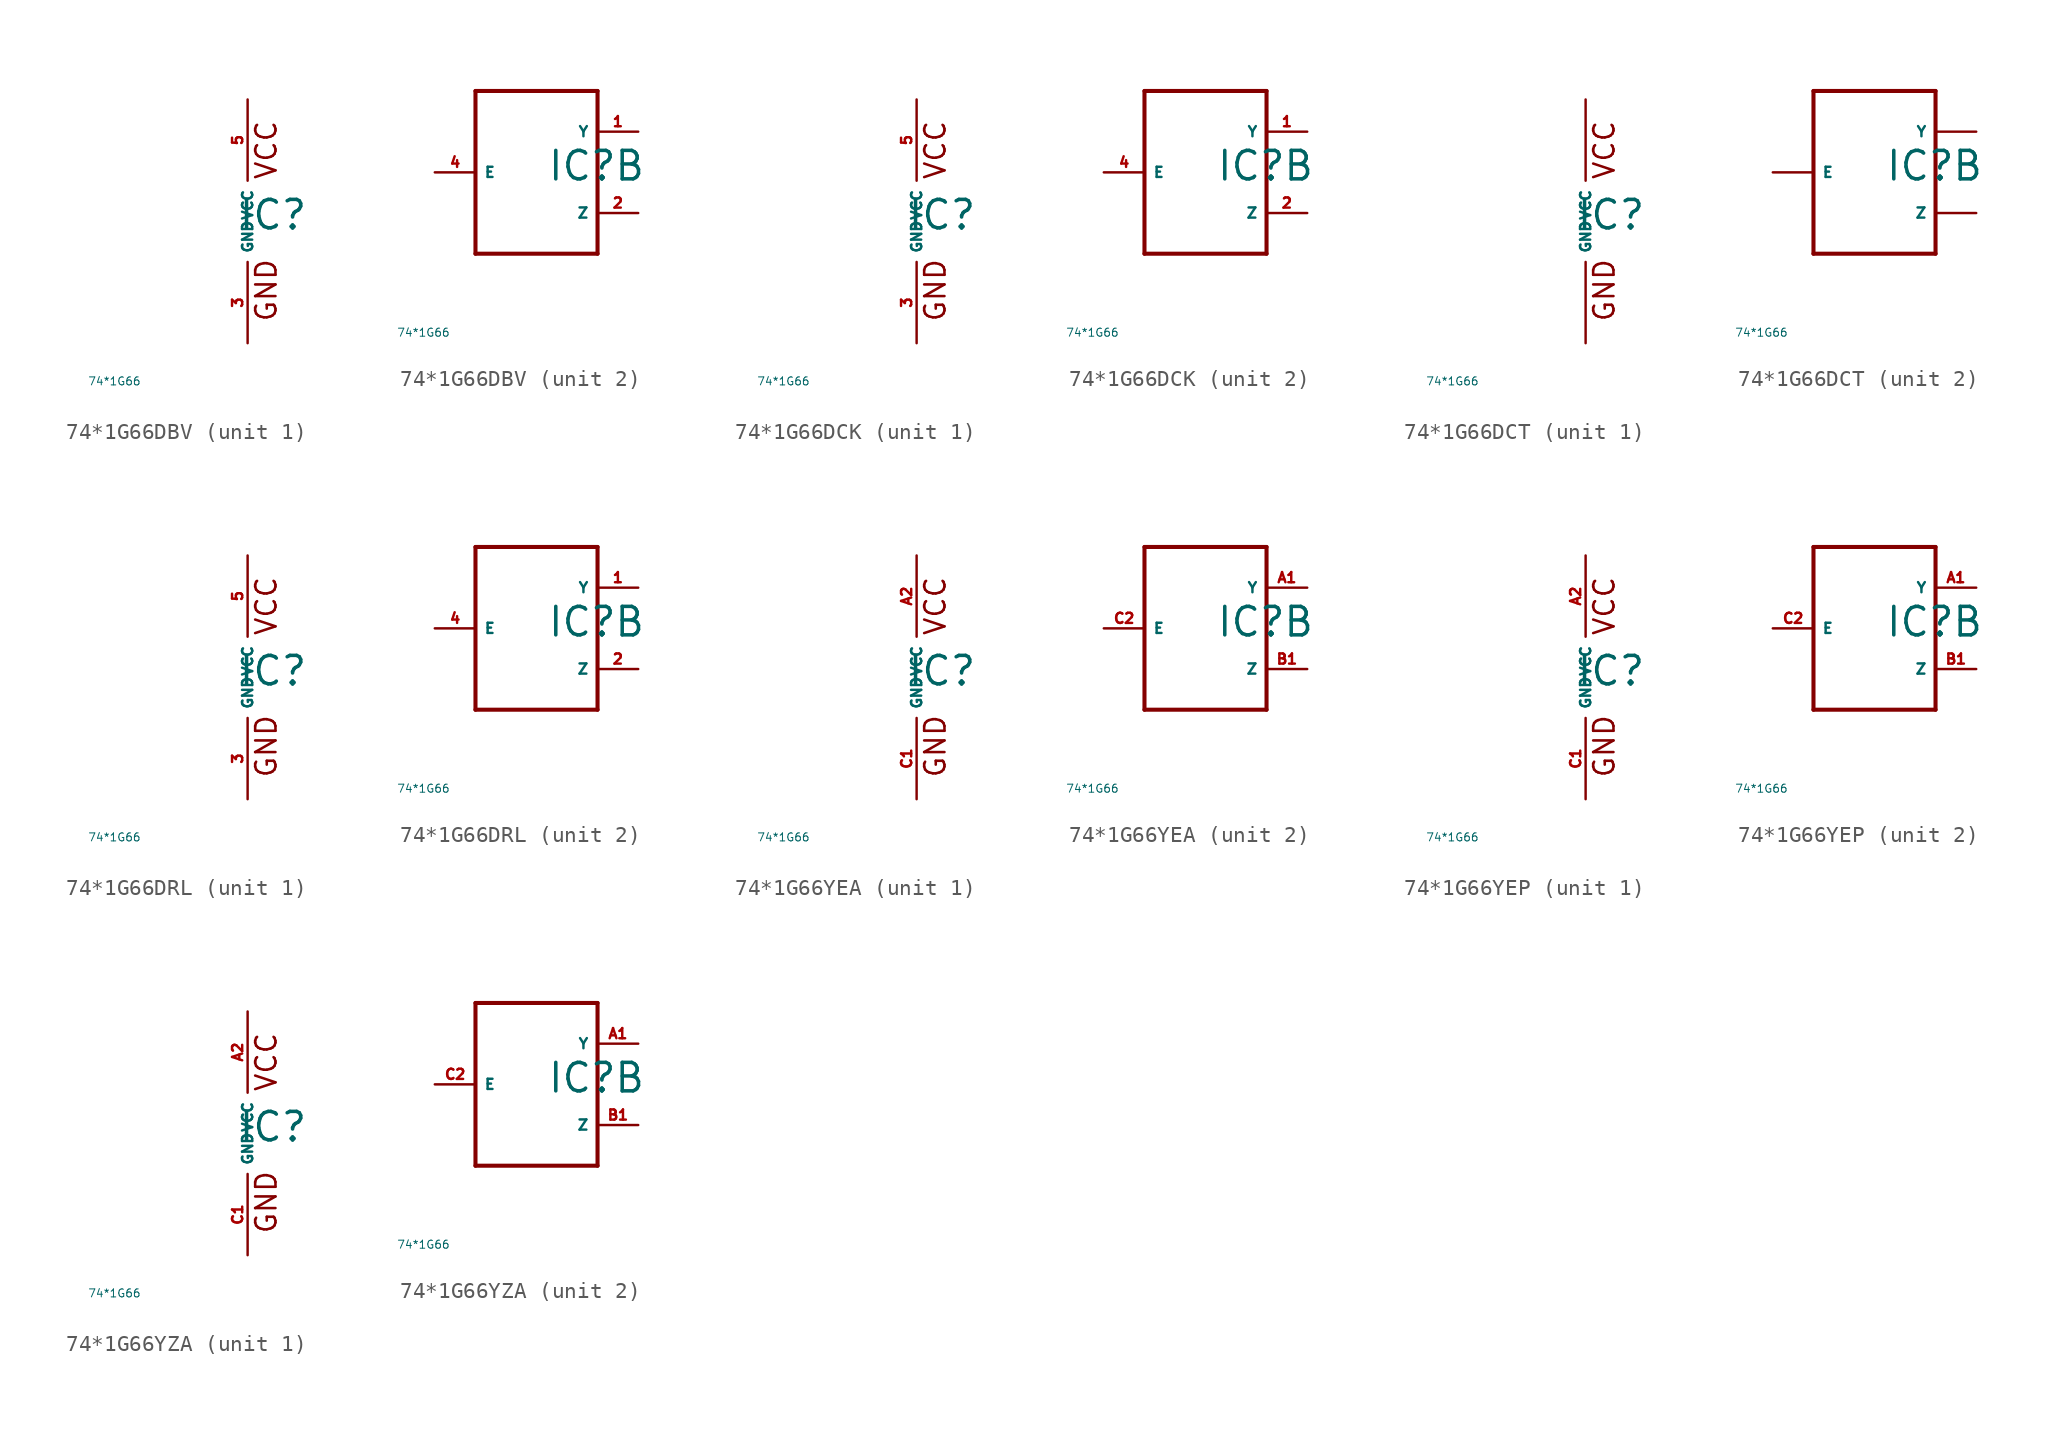
<source format=kicad_sym>
(kicad_symbol_lib
  (version 20220914)
  (generator Eagle2Kicad)
  (symbol "74*1G66DBV"
    (property "Reference" "IC"
      (at -0.635 -0.635 0)
      (effects (font (size 1.778 1.778) (thickness 0.22)) (justify left bottom)))
    (property "Value" "74*1G66"
      (at -10 -10 0)
      (effects (font (size 0.5 0.5) (thickness 0.06)) (justify left)))
    (symbol "74*1G66DBV_1_0"
      (text "GND" (at 1.905 -6.35 900) (effects (font (size 1.27 1.27) (thickness 0.16)) (justify left bottom)))
      (text "VCC" (at 1.905 2.54 900) (effects (font (size 1.27 1.27) (thickness 0.16)) (justify left bottom)))
      (pin unspecified line (at 0 -7.62 90) (length 5.08) (name "GND" (effects (font (size 0.635 0.635) (thickness 0.08)) (justify left bottom))) (number "3" (effects (font (size 0.635 0.635) (thickness 0.08)) (justify left bottom))))
      (pin unspecified line (at 0 7.62 270) (length 5.08) (name "VCC" (effects (font (size 0.635 0.635) (thickness 0.08)) (justify left bottom))) (number "5" (effects (font (size 0.635 0.635) (thickness 0.08)) (justify left bottom)))))
    (symbol "74*1G66DBV_2_0"
      (polyline (pts (xy -5.08 5.08) (xy -5.08 -5.08)) (stroke (width 0.254) (type default)) (fill (type none)))
      (polyline (pts (xy -5.08 -5.08) (xy 2.54 -5.08)) (stroke (width 0.254) (type default)) (fill (type none)))
      (polyline (pts (xy 2.54 -5.08) (xy 2.54 5.08)) (stroke (width 0.254) (type default)) (fill (type none)))
      (polyline (pts (xy 2.54 5.08) (xy -5.08 5.08)) (stroke (width 0.254) (type default)) (fill (type none)))
      (pin input line (at -7.62 0 0) (length 2.54) (name "E" (effects (font (size 0.635 0.635) (thickness 0.08)) (justify left bottom))) (number "4" (effects (font (size 0.635 0.635) (thickness 0.08)) (justify left bottom))))
      (pin bidirectional line (at 5.08 2.54 180) (length 2.54) (name "Y" (effects (font (size 0.635 0.635) (thickness 0.08)) (justify left bottom))) (number "1" (effects (font (size 0.635 0.635) (thickness 0.08)) (justify left bottom))))
      (pin bidirectional line (at 5.08 -2.54 180) (length 2.54) (name "Z" (effects (font (size 0.635 0.635) (thickness 0.08)) (justify left bottom))) (number "2" (effects (font (size 0.635 0.635) (thickness 0.08)) (justify left bottom))))))
  (symbol "74*1G66DCK"
    (property "Reference" "IC"
      (at -0.635 -0.635 0)
      (effects (font (size 1.778 1.778) (thickness 0.22)) (justify left bottom)))
    (property "Value" "74*1G66"
      (at -10 -10 0)
      (effects (font (size 0.5 0.5) (thickness 0.06)) (justify left)))
    (symbol "74*1G66DCK_1_0"
      (text "GND" (at 1.905 -6.35 900) (effects (font (size 1.27 1.27) (thickness 0.16)) (justify left bottom)))
      (text "VCC" (at 1.905 2.54 900) (effects (font (size 1.27 1.27) (thickness 0.16)) (justify left bottom)))
      (pin unspecified line (at 0 -7.62 90) (length 5.08) (name "GND" (effects (font (size 0.635 0.635) (thickness 0.08)) (justify left bottom))) (number "3" (effects (font (size 0.635 0.635) (thickness 0.08)) (justify left bottom))))
      (pin unspecified line (at 0 7.62 270) (length 5.08) (name "VCC" (effects (font (size 0.635 0.635) (thickness 0.08)) (justify left bottom))) (number "5" (effects (font (size 0.635 0.635) (thickness 0.08)) (justify left bottom)))))
    (symbol "74*1G66DCK_2_0"
      (polyline (pts (xy -5.08 5.08) (xy -5.08 -5.08)) (stroke (width 0.254) (type default)) (fill (type none)))
      (polyline (pts (xy -5.08 -5.08) (xy 2.54 -5.08)) (stroke (width 0.254) (type default)) (fill (type none)))
      (polyline (pts (xy 2.54 -5.08) (xy 2.54 5.08)) (stroke (width 0.254) (type default)) (fill (type none)))
      (polyline (pts (xy 2.54 5.08) (xy -5.08 5.08)) (stroke (width 0.254) (type default)) (fill (type none)))
      (pin input line (at -7.62 0 0) (length 2.54) (name "E" (effects (font (size 0.635 0.635) (thickness 0.08)) (justify left bottom))) (number "4" (effects (font (size 0.635 0.635) (thickness 0.08)) (justify left bottom))))
      (pin bidirectional line (at 5.08 2.54 180) (length 2.54) (name "Y" (effects (font (size 0.635 0.635) (thickness 0.08)) (justify left bottom))) (number "1" (effects (font (size 0.635 0.635) (thickness 0.08)) (justify left bottom))))
      (pin bidirectional line (at 5.08 -2.54 180) (length 2.54) (name "Z" (effects (font (size 0.635 0.635) (thickness 0.08)) (justify left bottom))) (number "2" (effects (font (size 0.635 0.635) (thickness 0.08)) (justify left bottom))))))
  (symbol "74*1G66DCT"
    (property "Reference" "IC"
      (at -0.635 -0.635 0)
      (effects (font (size 1.778 1.778) (thickness 0.22)) (justify left bottom)))
    (property "Value" "74*1G66"
      (at -10 -10 0)
      (effects (font (size 0.5 0.5) (thickness 0.06)) (justify left)))
    (symbol "74*1G66DCT_1_0"
      (text "GND" (at 1.905 -6.35 900) (effects (font (size 1.27 1.27) (thickness 0.16)) (justify left bottom)))
      (text "VCC" (at 1.905 2.54 900) (effects (font (size 1.27 1.27) (thickness 0.16)) (justify left bottom)))
      (pin unspecified line (at 0 -7.62 90) (length 5.08) (name "GND" (effects (font (size 0.635 0.635) (thickness 0.08)) (justify left bottom))) (number "" (effects (font (size 0.635 0.635) (thickness 0.08)) (justify left bottom))))
      (pin unspecified line (at 0 7.62 270) (length 5.08) (name "VCC" (effects (font (size 0.635 0.635) (thickness 0.08)) (justify left bottom))) (number "" (effects (font (size 0.635 0.635) (thickness 0.08)) (justify left bottom)))))
    (symbol "74*1G66DCT_2_0"
      (polyline (pts (xy -5.08 5.08) (xy -5.08 -5.08)) (stroke (width 0.254) (type default)) (fill (type none)))
      (polyline (pts (xy -5.08 -5.08) (xy 2.54 -5.08)) (stroke (width 0.254) (type default)) (fill (type none)))
      (polyline (pts (xy 2.54 -5.08) (xy 2.54 5.08)) (stroke (width 0.254) (type default)) (fill (type none)))
      (polyline (pts (xy 2.54 5.08) (xy -5.08 5.08)) (stroke (width 0.254) (type default)) (fill (type none)))
      (pin input line (at -7.62 0 0) (length 2.54) (name "E" (effects (font (size 0.635 0.635) (thickness 0.08)) (justify left bottom))) (number "" (effects (font (size 0.635 0.635) (thickness 0.08)) (justify left bottom))))
      (pin bidirectional line (at 5.08 2.54 180) (length 2.54) (name "Y" (effects (font (size 0.635 0.635) (thickness 0.08)) (justify left bottom))) (number "" (effects (font (size 0.635 0.635) (thickness 0.08)) (justify left bottom))))
      (pin bidirectional line (at 5.08 -2.54 180) (length 2.54) (name "Z" (effects (font (size 0.635 0.635) (thickness 0.08)) (justify left bottom))) (number "" (effects (font (size 0.635 0.635) (thickness 0.08)) (justify left bottom))))))
  (symbol "74*1G66DRL"
    (property "Reference" "IC"
      (at -0.635 -0.635 0)
      (effects (font (size 1.778 1.778) (thickness 0.22)) (justify left bottom)))
    (property "Value" "74*1G66"
      (at -10 -10 0)
      (effects (font (size 0.5 0.5) (thickness 0.06)) (justify left)))
    (symbol "74*1G66DRL_1_0"
      (text "GND" (at 1.905 -6.35 900) (effects (font (size 1.27 1.27) (thickness 0.16)) (justify left bottom)))
      (text "VCC" (at 1.905 2.54 900) (effects (font (size 1.27 1.27) (thickness 0.16)) (justify left bottom)))
      (pin unspecified line (at 0 -7.62 90) (length 5.08) (name "GND" (effects (font (size 0.635 0.635) (thickness 0.08)) (justify left bottom))) (number "3" (effects (font (size 0.635 0.635) (thickness 0.08)) (justify left bottom))))
      (pin unspecified line (at 0 7.62 270) (length 5.08) (name "VCC" (effects (font (size 0.635 0.635) (thickness 0.08)) (justify left bottom))) (number "5" (effects (font (size 0.635 0.635) (thickness 0.08)) (justify left bottom)))))
    (symbol "74*1G66DRL_2_0"
      (polyline (pts (xy -5.08 5.08) (xy -5.08 -5.08)) (stroke (width 0.254) (type default)) (fill (type none)))
      (polyline (pts (xy -5.08 -5.08) (xy 2.54 -5.08)) (stroke (width 0.254) (type default)) (fill (type none)))
      (polyline (pts (xy 2.54 -5.08) (xy 2.54 5.08)) (stroke (width 0.254) (type default)) (fill (type none)))
      (polyline (pts (xy 2.54 5.08) (xy -5.08 5.08)) (stroke (width 0.254) (type default)) (fill (type none)))
      (pin input line (at -7.62 0 0) (length 2.54) (name "E" (effects (font (size 0.635 0.635) (thickness 0.08)) (justify left bottom))) (number "4" (effects (font (size 0.635 0.635) (thickness 0.08)) (justify left bottom))))
      (pin bidirectional line (at 5.08 2.54 180) (length 2.54) (name "Y" (effects (font (size 0.635 0.635) (thickness 0.08)) (justify left bottom))) (number "1" (effects (font (size 0.635 0.635) (thickness 0.08)) (justify left bottom))))
      (pin bidirectional line (at 5.08 -2.54 180) (length 2.54) (name "Z" (effects (font (size 0.635 0.635) (thickness 0.08)) (justify left bottom))) (number "2" (effects (font (size 0.635 0.635) (thickness 0.08)) (justify left bottom))))))
  (symbol "74*1G66YEA"
    (property "Reference" "IC"
      (at -0.635 -0.635 0)
      (effects (font (size 1.778 1.778) (thickness 0.22)) (justify left bottom)))
    (property "Value" "74*1G66"
      (at -10 -10 0)
      (effects (font (size 0.5 0.5) (thickness 0.06)) (justify left)))
    (symbol "74*1G66YEA_1_0"
      (text "GND" (at 1.905 -6.35 900) (effects (font (size 1.27 1.27) (thickness 0.16)) (justify left bottom)))
      (text "VCC" (at 1.905 2.54 900) (effects (font (size 1.27 1.27) (thickness 0.16)) (justify left bottom)))
      (pin unspecified line (at 0 -7.62 90) (length 5.08) (name "GND" (effects (font (size 0.635 0.635) (thickness 0.08)) (justify left bottom))) (number "C1" (effects (font (size 0.635 0.635) (thickness 0.08)) (justify left bottom))))
      (pin unspecified line (at 0 7.62 270) (length 5.08) (name "VCC" (effects (font (size 0.635 0.635) (thickness 0.08)) (justify left bottom))) (number "A2" (effects (font (size 0.635 0.635) (thickness 0.08)) (justify left bottom)))))
    (symbol "74*1G66YEA_2_0"
      (polyline (pts (xy -5.08 5.08) (xy -5.08 -5.08)) (stroke (width 0.254) (type default)) (fill (type none)))
      (polyline (pts (xy -5.08 -5.08) (xy 2.54 -5.08)) (stroke (width 0.254) (type default)) (fill (type none)))
      (polyline (pts (xy 2.54 -5.08) (xy 2.54 5.08)) (stroke (width 0.254) (type default)) (fill (type none)))
      (polyline (pts (xy 2.54 5.08) (xy -5.08 5.08)) (stroke (width 0.254) (type default)) (fill (type none)))
      (pin input line (at -7.62 0 0) (length 2.54) (name "E" (effects (font (size 0.635 0.635) (thickness 0.08)) (justify left bottom))) (number "C2" (effects (font (size 0.635 0.635) (thickness 0.08)) (justify left bottom))))
      (pin bidirectional line (at 5.08 2.54 180) (length 2.54) (name "Y" (effects (font (size 0.635 0.635) (thickness 0.08)) (justify left bottom))) (number "A1" (effects (font (size 0.635 0.635) (thickness 0.08)) (justify left bottom))))
      (pin bidirectional line (at 5.08 -2.54 180) (length 2.54) (name "Z" (effects (font (size 0.635 0.635) (thickness 0.08)) (justify left bottom))) (number "B1" (effects (font (size 0.635 0.635) (thickness 0.08)) (justify left bottom))))))
  (symbol "74*1G66YEP"
    (property "Reference" "IC"
      (at -0.635 -0.635 0)
      (effects (font (size 1.778 1.778) (thickness 0.22)) (justify left bottom)))
    (property "Value" "74*1G66"
      (at -10 -10 0)
      (effects (font (size 0.5 0.5) (thickness 0.06)) (justify left)))
    (symbol "74*1G66YEP_1_0"
      (text "GND" (at 1.905 -6.35 900) (effects (font (size 1.27 1.27) (thickness 0.16)) (justify left bottom)))
      (text "VCC" (at 1.905 2.54 900) (effects (font (size 1.27 1.27) (thickness 0.16)) (justify left bottom)))
      (pin unspecified line (at 0 -7.62 90) (length 5.08) (name "GND" (effects (font (size 0.635 0.635) (thickness 0.08)) (justify left bottom))) (number "C1" (effects (font (size 0.635 0.635) (thickness 0.08)) (justify left bottom))))
      (pin unspecified line (at 0 7.62 270) (length 5.08) (name "VCC" (effects (font (size 0.635 0.635) (thickness 0.08)) (justify left bottom))) (number "A2" (effects (font (size 0.635 0.635) (thickness 0.08)) (justify left bottom)))))
    (symbol "74*1G66YEP_2_0"
      (polyline (pts (xy -5.08 5.08) (xy -5.08 -5.08)) (stroke (width 0.254) (type default)) (fill (type none)))
      (polyline (pts (xy -5.08 -5.08) (xy 2.54 -5.08)) (stroke (width 0.254) (type default)) (fill (type none)))
      (polyline (pts (xy 2.54 -5.08) (xy 2.54 5.08)) (stroke (width 0.254) (type default)) (fill (type none)))
      (polyline (pts (xy 2.54 5.08) (xy -5.08 5.08)) (stroke (width 0.254) (type default)) (fill (type none)))
      (pin input line (at -7.62 0 0) (length 2.54) (name "E" (effects (font (size 0.635 0.635) (thickness 0.08)) (justify left bottom))) (number "C2" (effects (font (size 0.635 0.635) (thickness 0.08)) (justify left bottom))))
      (pin bidirectional line (at 5.08 2.54 180) (length 2.54) (name "Y" (effects (font (size 0.635 0.635) (thickness 0.08)) (justify left bottom))) (number "A1" (effects (font (size 0.635 0.635) (thickness 0.08)) (justify left bottom))))
      (pin bidirectional line (at 5.08 -2.54 180) (length 2.54) (name "Z" (effects (font (size 0.635 0.635) (thickness 0.08)) (justify left bottom))) (number "B1" (effects (font (size 0.635 0.635) (thickness 0.08)) (justify left bottom))))))
  (symbol "74*1G66YZA"
    (property "Reference" "IC"
      (at -0.635 -0.635 0)
      (effects (font (size 1.778 1.778) (thickness 0.22)) (justify left bottom)))
    (property "Value" "74*1G66"
      (at -10 -10 0)
      (effects (font (size 0.5 0.5) (thickness 0.06)) (justify left)))
    (symbol "74*1G66YZA_1_0"
      (text "GND" (at 1.905 -6.35 900) (effects (font (size 1.27 1.27) (thickness 0.16)) (justify left bottom)))
      (text "VCC" (at 1.905 2.54 900) (effects (font (size 1.27 1.27) (thickness 0.16)) (justify left bottom)))
      (pin unspecified line (at 0 -7.62 90) (length 5.08) (name "GND" (effects (font (size 0.635 0.635) (thickness 0.08)) (justify left bottom))) (number "C1" (effects (font (size 0.635 0.635) (thickness 0.08)) (justify left bottom))))
      (pin unspecified line (at 0 7.62 270) (length 5.08) (name "VCC" (effects (font (size 0.635 0.635) (thickness 0.08)) (justify left bottom))) (number "A2" (effects (font (size 0.635 0.635) (thickness 0.08)) (justify left bottom)))))
    (symbol "74*1G66YZA_2_0"
      (polyline (pts (xy -5.08 5.08) (xy -5.08 -5.08)) (stroke (width 0.254) (type default)) (fill (type none)))
      (polyline (pts (xy -5.08 -5.08) (xy 2.54 -5.08)) (stroke (width 0.254) (type default)) (fill (type none)))
      (polyline (pts (xy 2.54 -5.08) (xy 2.54 5.08)) (stroke (width 0.254) (type default)) (fill (type none)))
      (polyline (pts (xy 2.54 5.08) (xy -5.08 5.08)) (stroke (width 0.254) (type default)) (fill (type none)))
      (pin input line (at -7.62 0 0) (length 2.54) (name "E" (effects (font (size 0.635 0.635) (thickness 0.08)) (justify left bottom))) (number "C2" (effects (font (size 0.635 0.635) (thickness 0.08)) (justify left bottom))))
      (pin bidirectional line (at 5.08 2.54 180) (length 2.54) (name "Y" (effects (font (size 0.635 0.635) (thickness 0.08)) (justify left bottom))) (number "A1" (effects (font (size 0.635 0.635) (thickness 0.08)) (justify left bottom))))
      (pin bidirectional line (at 5.08 -2.54 180) (length 2.54) (name "Z" (effects (font (size 0.635 0.635) (thickness 0.08)) (justify left bottom))) (number "B1" (effects (font (size 0.635 0.635) (thickness 0.08)) (justify left bottom)))))))
</source>
